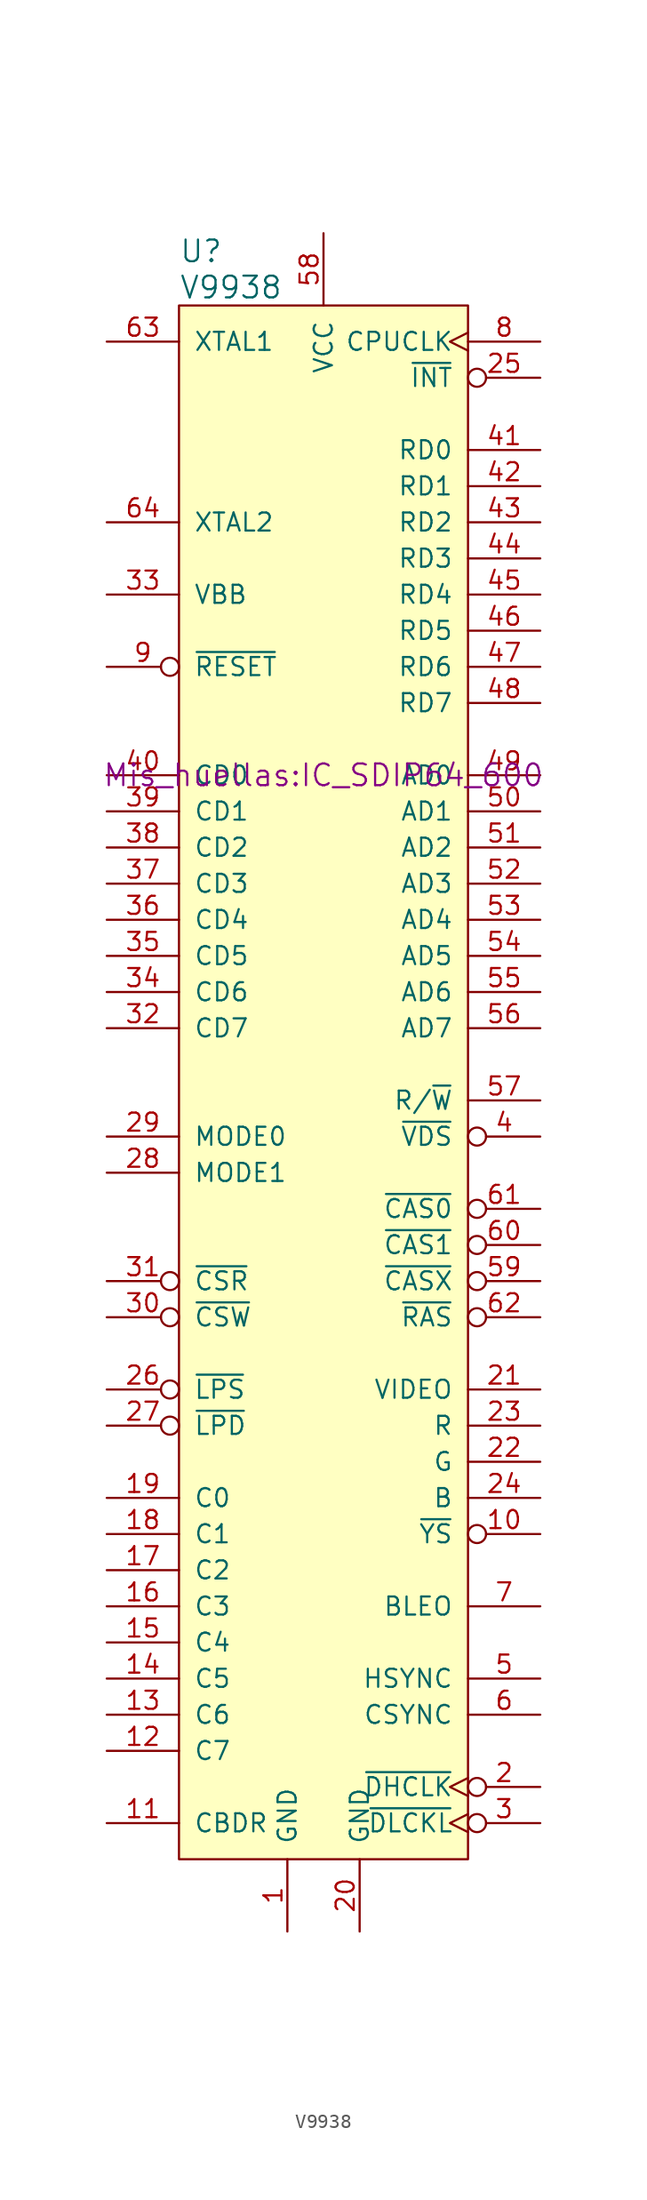
<source format=kicad_sym>
(kicad_symbol_lib
  (version 20220914)
  (generator kicad_symbol_editor)
  (symbol "V9938"
    (pin_names
      (offset 1.016))
    (property "Reference" "U"
      (at -10.16 58.42 0)
      (effects (font (size 1.524 1.524)) (justify left)))
    (property "Value" "V9938"
      (at -10.16 55.88 0)
      (effects (font (size 1.524 1.524)) (justify left)))
    (property "Footprint" "Mis_huellas:IC_SDIP64_600"
      (at 0 21.59 0)
      (effects (font (size 1.524 1.524))))
    (property "Datasheet" ""
      (at 0 21.59 0)
      (effects (font (size 1.524 1.524))))
    (symbol "V9938_0_1"
      (rectangle (start -10.16 54.61) (end 10.16 -54.61) (stroke (width 0) (type default)) (fill (type background))))
    (symbol "V9938_1_1"
      (pin power_in line (at -2.54 -59.69 90) (length 5.08) (name "GND" (effects (font (size 1.27 1.27)))) (number "1" (effects (font (size 1.27 1.27)))))
      (pin output inverted (at 15.24 -31.75 180) (length 5.08) (name "~{YS}" (effects (font (size 1.27 1.27)))) (number "10" (effects (font (size 1.27 1.27)))))
      (pin output line (at -15.24 -52.07 0) (length 5.08) (name "CBDR" (effects (font (size 1.27 1.27)))) (number "11" (effects (font (size 1.27 1.27)))))
      (pin tri_state line (at -15.24 -46.99 0) (length 5.08) (name "C7" (effects (font (size 1.27 1.27)))) (number "12" (effects (font (size 1.27 1.27)))))
      (pin tri_state line (at -15.24 -44.45 0) (length 5.08) (name "C6" (effects (font (size 1.27 1.27)))) (number "13" (effects (font (size 1.27 1.27)))))
      (pin tri_state line (at -15.24 -41.91 0) (length 5.08) (name "C5" (effects (font (size 1.27 1.27)))) (number "14" (effects (font (size 1.27 1.27)))))
      (pin tri_state line (at -15.24 -39.37 0) (length 5.08) (name "C4" (effects (font (size 1.27 1.27)))) (number "15" (effects (font (size 1.27 1.27)))))
      (pin tri_state line (at -15.24 -36.83 0) (length 5.08) (name "C3" (effects (font (size 1.27 1.27)))) (number "16" (effects (font (size 1.27 1.27)))))
      (pin tri_state line (at -15.24 -34.29 0) (length 5.08) (name "C2" (effects (font (size 1.27 1.27)))) (number "17" (effects (font (size 1.27 1.27)))))
      (pin tri_state line (at -15.24 -31.75 0) (length 5.08) (name "C1" (effects (font (size 1.27 1.27)))) (number "18" (effects (font (size 1.27 1.27)))))
      (pin tri_state line (at -15.24 -29.21 0) (length 5.08) (name "C0" (effects (font (size 1.27 1.27)))) (number "19" (effects (font (size 1.27 1.27)))))
      (pin output inverted_clock (at 15.24 -49.53 180) (length 5.08) (name "~{DHCLK}" (effects (font (size 1.27 1.27)))) (number "2" (effects (font (size 1.27 1.27)))))
      (pin power_in line (at 2.54 -59.69 90) (length 5.08) (name "GND" (effects (font (size 1.27 1.27)))) (number "20" (effects (font (size 1.27 1.27)))))
      (pin output line (at 15.24 -21.59 180) (length 5.08) (name "VIDEO" (effects (font (size 1.27 1.27)))) (number "21" (effects (font (size 1.27 1.27)))))
      (pin output line (at 15.24 -26.67 180) (length 5.08) (name "G" (effects (font (size 1.27 1.27)))) (number "22" (effects (font (size 1.27 1.27)))))
      (pin output line (at 15.24 -24.13 180) (length 5.08) (name "R" (effects (font (size 1.27 1.27)))) (number "23" (effects (font (size 1.27 1.27)))))
      (pin output line (at 15.24 -29.21 180) (length 5.08) (name "B" (effects (font (size 1.27 1.27)))) (number "24" (effects (font (size 1.27 1.27)))))
      (pin open_collector inverted (at 15.24 49.53 180) (length 5.08) (name "~{INT}" (effects (font (size 1.27 1.27)))) (number "25" (effects (font (size 1.27 1.27)))))
      (pin input inverted (at -15.24 -21.59 0) (length 5.08) (name "~{LPS}" (effects (font (size 1.27 1.27)))) (number "26" (effects (font (size 1.27 1.27)))))
      (pin input inverted (at -15.24 -24.13 0) (length 5.08) (name "~{LPD}" (effects (font (size 1.27 1.27)))) (number "27" (effects (font (size 1.27 1.27)))))
      (pin input line (at -15.24 -6.35 0) (length 5.08) (name "MODE1" (effects (font (size 1.27 1.27)))) (number "28" (effects (font (size 1.27 1.27)))))
      (pin input line (at -15.24 -3.81 0) (length 5.08) (name "MODE0" (effects (font (size 1.27 1.27)))) (number "29" (effects (font (size 1.27 1.27)))))
      (pin output inverted_clock (at 15.24 -52.07 180) (length 5.08) (name "~{DLCKL}" (effects (font (size 1.27 1.27)))) (number "3" (effects (font (size 1.27 1.27)))))
      (pin input inverted (at -15.24 -16.51 0) (length 5.08) (name "~{CSW}" (effects (font (size 1.27 1.27)))) (number "30" (effects (font (size 1.27 1.27)))))
      (pin input inverted (at -15.24 -13.97 0) (length 5.08) (name "~{CSR}" (effects (font (size 1.27 1.27)))) (number "31" (effects (font (size 1.27 1.27)))))
      (pin tri_state line (at -15.24 3.81 0) (length 5.08) (name "CD7" (effects (font (size 1.27 1.27)))) (number "32" (effects (font (size 1.27 1.27)))))
      (pin output line (at -15.24 34.29 0) (length 5.08) (name "VBB" (effects (font (size 1.27 1.27)))) (number "33" (effects (font (size 1.27 1.27)))))
      (pin tri_state line (at -15.24 6.35 0) (length 5.08) (name "CD6" (effects (font (size 1.27 1.27)))) (number "34" (effects (font (size 1.27 1.27)))))
      (pin tri_state line (at -15.24 8.89 0) (length 5.08) (name "CD5" (effects (font (size 1.27 1.27)))) (number "35" (effects (font (size 1.27 1.27)))))
      (pin tri_state line (at -15.24 11.43 0) (length 5.08) (name "CD4" (effects (font (size 1.27 1.27)))) (number "36" (effects (font (size 1.27 1.27)))))
      (pin tri_state line (at -15.24 13.97 0) (length 5.08) (name "CD3" (effects (font (size 1.27 1.27)))) (number "37" (effects (font (size 1.27 1.27)))))
      (pin tri_state line (at -15.24 16.51 0) (length 5.08) (name "CD2" (effects (font (size 1.27 1.27)))) (number "38" (effects (font (size 1.27 1.27)))))
      (pin tri_state line (at -15.24 19.05 0) (length 5.08) (name "CD1" (effects (font (size 1.27 1.27)))) (number "39" (effects (font (size 1.27 1.27)))))
      (pin output inverted (at 15.24 -3.81 180) (length 5.08) (name "~{VDS}" (effects (font (size 1.27 1.27)))) (number "4" (effects (font (size 1.27 1.27)))))
      (pin tri_state line (at -15.24 21.59 0) (length 5.08) (name "CD0" (effects (font (size 1.27 1.27)))) (number "40" (effects (font (size 1.27 1.27)))))
      (pin tri_state line (at 15.24 44.45 180) (length 5.08) (name "RD0" (effects (font (size 1.27 1.27)))) (number "41" (effects (font (size 1.27 1.27)))))
      (pin tri_state line (at 15.24 41.91 180) (length 5.08) (name "RD1" (effects (font (size 1.27 1.27)))) (number "42" (effects (font (size 1.27 1.27)))))
      (pin tri_state line (at 15.24 39.37 180) (length 5.08) (name "RD2" (effects (font (size 1.27 1.27)))) (number "43" (effects (font (size 1.27 1.27)))))
      (pin tri_state line (at 15.24 36.83 180) (length 5.08) (name "RD3" (effects (font (size 1.27 1.27)))) (number "44" (effects (font (size 1.27 1.27)))))
      (pin tri_state line (at 15.24 34.29 180) (length 5.08) (name "RD4" (effects (font (size 1.27 1.27)))) (number "45" (effects (font (size 1.27 1.27)))))
      (pin tri_state line (at 15.24 31.75 180) (length 5.08) (name "RD5" (effects (font (size 1.27 1.27)))) (number "46" (effects (font (size 1.27 1.27)))))
      (pin tri_state line (at 15.24 29.21 180) (length 5.08) (name "RD6" (effects (font (size 1.27 1.27)))) (number "47" (effects (font (size 1.27 1.27)))))
      (pin tri_state line (at 15.24 26.67 180) (length 5.08) (name "RD7" (effects (font (size 1.27 1.27)))) (number "48" (effects (font (size 1.27 1.27)))))
      (pin output line (at 15.24 21.59 180) (length 5.08) (name "AD0" (effects (font (size 1.27 1.27)))) (number "49" (effects (font (size 1.27 1.27)))))
      (pin bidirectional line (at 15.24 -41.91 180) (length 5.08) (name "HSYNC" (effects (font (size 1.27 1.27)))) (number "5" (effects (font (size 1.27 1.27)))))
      (pin output line (at 15.24 19.05 180) (length 5.08) (name "AD1" (effects (font (size 1.27 1.27)))) (number "50" (effects (font (size 1.27 1.27)))))
      (pin output line (at 15.24 16.51 180) (length 5.08) (name "AD2" (effects (font (size 1.27 1.27)))) (number "51" (effects (font (size 1.27 1.27)))))
      (pin output line (at 15.24 13.97 180) (length 5.08) (name "AD3" (effects (font (size 1.27 1.27)))) (number "52" (effects (font (size 1.27 1.27)))))
      (pin output line (at 15.24 11.43 180) (length 5.08) (name "AD4" (effects (font (size 1.27 1.27)))) (number "53" (effects (font (size 1.27 1.27)))))
      (pin output line (at 15.24 8.89 180) (length 5.08) (name "AD5" (effects (font (size 1.27 1.27)))) (number "54" (effects (font (size 1.27 1.27)))))
      (pin output line (at 15.24 6.35 180) (length 5.08) (name "AD6" (effects (font (size 1.27 1.27)))) (number "55" (effects (font (size 1.27 1.27)))))
      (pin output line (at 15.24 3.81 180) (length 5.08) (name "AD7" (effects (font (size 1.27 1.27)))) (number "56" (effects (font (size 1.27 1.27)))))
      (pin output line (at 15.24 -1.27 180) (length 5.08) (name "R/~{W}" (effects (font (size 1.27 1.27)))) (number "57" (effects (font (size 1.27 1.27)))))
      (pin power_in line (at 0 59.69 270) (length 5.08) (name "VCC" (effects (font (size 1.27 1.27)))) (number "58" (effects (font (size 1.27 1.27)))))
      (pin output inverted (at 15.24 -13.97 180) (length 5.08) (name "~{CASX}" (effects (font (size 1.27 1.27)))) (number "59" (effects (font (size 1.27 1.27)))))
      (pin bidirectional line (at 15.24 -44.45 180) (length 5.08) (name "CSYNC" (effects (font (size 1.27 1.27)))) (number "6" (effects (font (size 1.27 1.27)))))
      (pin output inverted (at 15.24 -11.43 180) (length 5.08) (name "~{CAS1}" (effects (font (size 1.27 1.27)))) (number "60" (effects (font (size 1.27 1.27)))))
      (pin output inverted (at 15.24 -8.89 180) (length 5.08) (name "~{CAS0}" (effects (font (size 1.27 1.27)))) (number "61" (effects (font (size 1.27 1.27)))))
      (pin output inverted (at 15.24 -16.51 180) (length 5.08) (name "~{RAS}" (effects (font (size 1.27 1.27)))) (number "62" (effects (font (size 1.27 1.27)))))
      (pin input line (at -15.24 52.07 0) (length 5.08) (name "XTAL1" (effects (font (size 1.27 1.27)))) (number "63" (effects (font (size 1.27 1.27)))))
      (pin input line (at -15.24 39.37 0) (length 5.08) (name "XTAL2" (effects (font (size 1.27 1.27)))) (number "64" (effects (font (size 1.27 1.27)))))
      (pin output line (at 15.24 -36.83 180) (length 5.08) (name "BLEO" (effects (font (size 1.27 1.27)))) (number "7" (effects (font (size 1.27 1.27)))))
      (pin output clock (at 15.24 52.07 180) (length 5.08) (name "CPUCLK" (effects (font (size 1.27 1.27)))) (number "8" (effects (font (size 1.27 1.27)))))
      (pin input inverted (at -15.24 29.21 0) (length 5.08) (name "~{RESET}" (effects (font (size 1.27 1.27)))) (number "9" (effects (font (size 1.27 1.27))))))))
</source>
